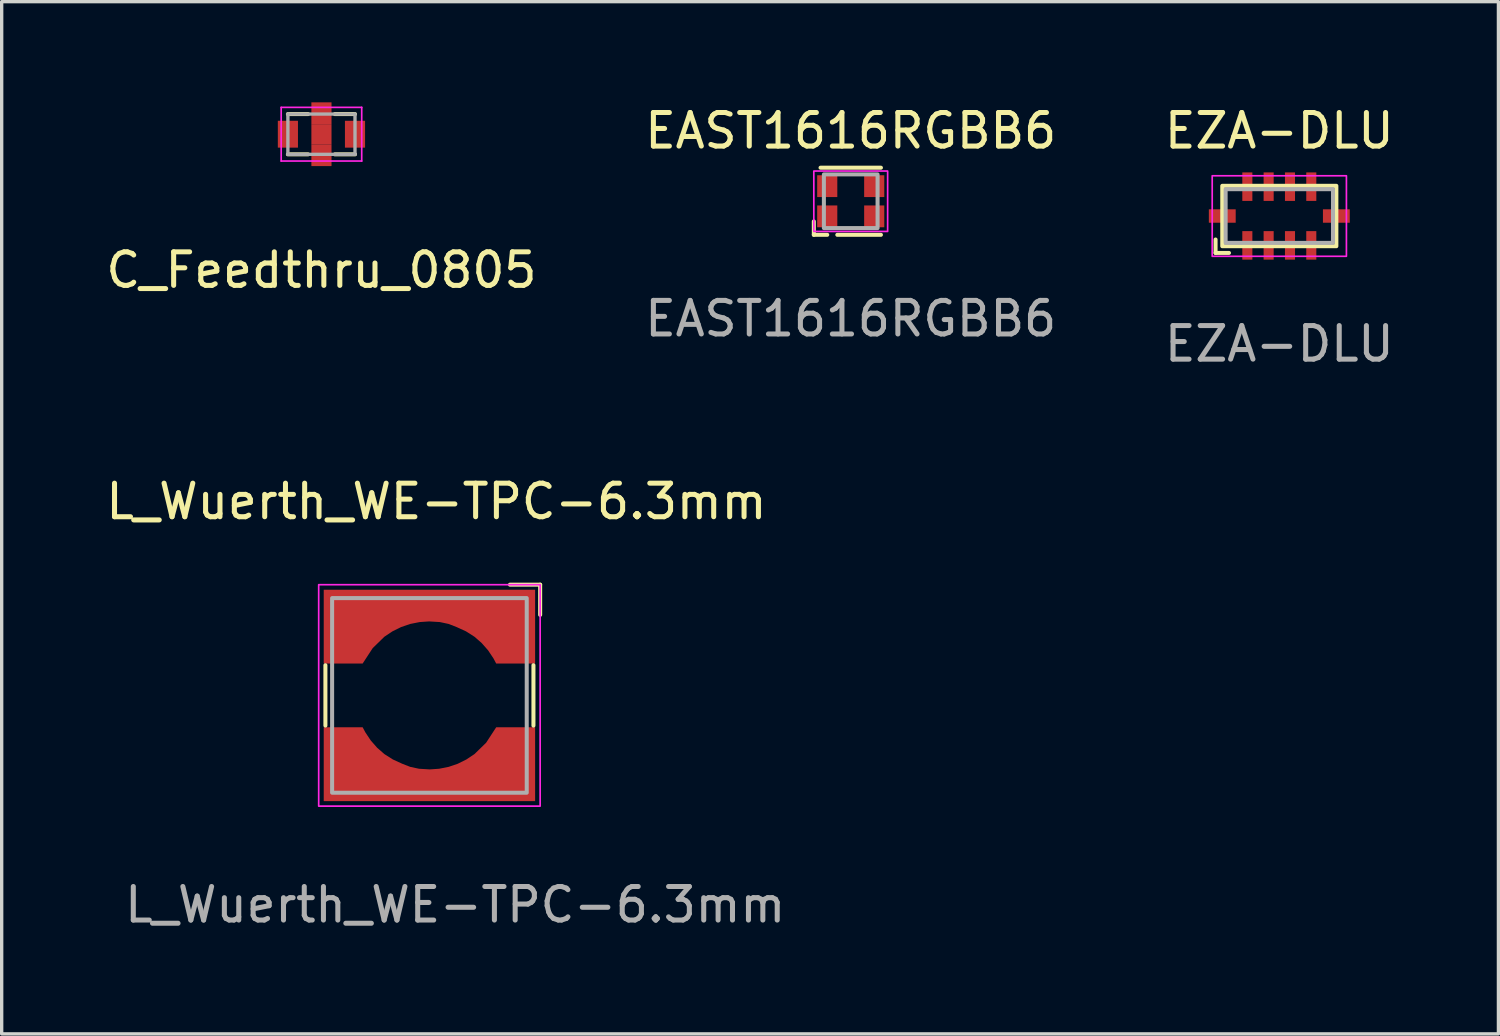
<source format=kicad_pcb>
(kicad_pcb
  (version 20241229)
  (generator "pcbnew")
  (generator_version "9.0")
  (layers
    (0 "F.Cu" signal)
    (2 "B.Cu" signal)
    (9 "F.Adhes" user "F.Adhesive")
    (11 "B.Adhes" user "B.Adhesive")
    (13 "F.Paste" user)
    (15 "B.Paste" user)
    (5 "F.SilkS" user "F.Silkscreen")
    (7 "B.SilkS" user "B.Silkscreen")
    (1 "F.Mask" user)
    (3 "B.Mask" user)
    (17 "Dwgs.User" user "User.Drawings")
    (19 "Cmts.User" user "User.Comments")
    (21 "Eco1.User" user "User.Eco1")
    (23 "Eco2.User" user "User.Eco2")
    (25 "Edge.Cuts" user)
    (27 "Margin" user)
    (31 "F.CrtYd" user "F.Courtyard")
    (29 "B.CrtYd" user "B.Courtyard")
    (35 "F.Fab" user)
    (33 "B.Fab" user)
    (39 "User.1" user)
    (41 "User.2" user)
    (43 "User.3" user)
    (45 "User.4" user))
  (footprint "C_Feedthru_0805"
    (layer "F.Cu")
    (at 6.53 0.95)
    (property "Reference" "C_Feedthru_0805" (at 0 4.05 0) (layer "F.SilkS") (effects (font (size 1 1) (thickness 0.15))))
    (attr smd)
    (fp_line (start -1 -0.6) (end -0.4 -0.6) (stroke (width 0.12) (type solid)) (layer "F.SilkS"))
    (fp_line (start -1 0.6) (end -0.4 0.6) (stroke (width 0.12) (type solid)) (layer "F.SilkS"))
    (fp_line (start 0.4 -0.6) (end 1 -0.6) (stroke (width 0.12) (type solid)) (layer "F.SilkS"))
    (fp_line (start 0.4 0.6) (end 1 0.6) (stroke (width 0.12) (type solid)) (layer "F.SilkS"))
    (fp_line (start -1.2 0.8) (end -1.2 -0.8) (stroke (width 0.05) (type solid)) (layer "F.CrtYd"))
    (fp_line (start 1.2 -0.8) (end -1.2 -0.8) (stroke (width 0.05) (type solid)) (layer "F.CrtYd"))
    (fp_line (start 1.2 0.8) (end -1.2 0.8) (stroke (width 0.05) (type solid)) (layer "F.CrtYd"))
    (fp_line (start 1.2 0.8) (end 1.2 -0.8) (stroke (width 0.05) (type solid)) (layer "F.CrtYd"))
    (fp_line (start -1 -0.6) (end -1 0.6) (stroke (width 0.1) (type solid)) (layer "F.Fab"))
    (fp_line (start -1 0.6) (end 1 0.6) (stroke (width 0.1) (type solid)) (layer "F.Fab"))
    (fp_line (start 1 -0.6) (end -1 -0.6) (stroke (width 0.1) (type solid)) (layer "F.Fab"))
    (fp_line (start 1 0.6) (end 1 -0.6) (stroke (width 0.1) (type solid)) (layer "F.Fab"))
    (pad "1" smd rect (at -1 0) (size 0.6 0.8) (layers "F.Cu" "F.Mask" "F.Paste"))
    (pad "2" smd rect (at 0 -0.625) (size 0.6 0.65) (layers "F.Cu" "F.Mask" "F.Paste"))
    (pad "2" smd rect (at 0 0) (size 0.6 0.6) (layers "F.Cu"))
    (pad "2" smd rect (at 0 0.625) (size 0.6 0.65) (layers "F.Cu" "F.Mask" "F.Paste"))
    (pad "3" smd rect (at 1 0) (size 0.6 0.8) (layers "F.Cu" "F.Mask" "F.Paste")))
  (footprint "EAST1616RGBB6"
    (layer "F.Cu")
    (at 22.304 2.948)
    (property "Reference" "EAST1616RGBB6" (at 0 -2.1 0) (unlocked yes) (layer "F.SilkS") (effects (font (size 1 1) (thickness 0.15))))
    (attr smd)
    (fp_line (start -1.1 0.6) (end -1.1 1) (stroke (width 0.12) (type solid)) (layer "F.SilkS"))
    (fp_line (start -1.1 1) (end -0.7 1) (stroke (width 0.12) (type solid)) (layer "F.SilkS"))
    (fp_line (start -0.9 -1) (end 0.9 -1) (stroke (width 0.12) (type solid)) (layer "F.SilkS"))
    (fp_line (start 0.9 1) (end -0.4 1) (stroke (width 0.12) (type solid)) (layer "F.SilkS"))
    (fp_rect (start -1.1 -0.9) (end 1.1 0.9) (stroke (width 0.05) (type solid)) (fill no) (layer "F.CrtYd"))
    (fp_rect (start -0.8 -0.8) (end 0.8 0.8) (stroke (width 0.12) (type solid)) (fill no) (layer "F.Fab"))
    (fp_text user "${REFERENCE}" (at 0 3.5 0) (unlocked yes) (layer "F.Fab") (effects (font (size 1 1) (thickness 0.15))))
    (pad "1" smd rect (at -0.7 0.45) (size 0.6 0.65) (layers "F.Cu" "F.Mask" "F.Paste"))
    (pad "2" smd rect (at 0.7 0.45) (size 0.6 0.65) (layers "F.Cu" "F.Mask" "F.Paste"))
    (pad "3" smd rect (at -0.7 -0.45) (size 0.6 0.65) (layers "F.Cu" "F.Mask" "F.Paste"))
    (pad "4" smd rect (at 0.7 -0.45) (size 0.6 0.65) (layers "F.Cu" "F.Mask" "F.Paste")))
  (footprint "EZA-DLU"
    (layer "F.Cu")
    (at 35.077 3.388)
    (property "Reference" "EZA-DLU" (at 0 -2.54 0) (unlocked yes) (layer "F.SilkS") (effects (font (size 1 1) (thickness 0.15))))
    (attr smd)
    (fp_line (start -1.9 0.7) (end -1.9 1.1) (stroke (width 0.12) (type solid)) (layer "F.SilkS"))
    (fp_line (start -1.9 1.1) (end -1.5 1.1) (stroke (width 0.12) (type solid)) (layer "F.SilkS"))
    (fp_rect (start -1.7 -0.9) (end 1.7 0.9) (stroke (width 0.12) (type solid)) (fill no) (layer "F.SilkS"))
    (fp_rect (start -2 -1.2) (end 2 1.2) (stroke (width 0.05) (type solid)) (fill no) (layer "F.CrtYd"))
    (fp_rect (start -1.6 -0.8) (end 1.6 0.8) (stroke (width 0.12) (type solid)) (fill no) (layer "F.Fab"))
    (fp_text user "${REFERENCE}" (at 0 3.81 0) (unlocked yes) (layer "F.Fab") (effects (font (size 1 1) (thickness 0.15))))
    (pad "1" smd rect (at -1.7 0) (size 0.8 0.4) (layers "F.Cu" "F.Mask" "F.Paste"))
    (pad "2" smd rect (at -0.953 0.875) (size 0.3 0.85) (layers "F.Cu" "F.Mask" "F.Paste"))
    (pad "3" smd rect (at -0.318 0.875) (size 0.3 0.85) (layers "F.Cu" "F.Mask" "F.Paste"))
    (pad "4" smd rect (at 0.318 0.875) (size 0.3 0.85) (layers "F.Cu" "F.Mask" "F.Paste"))
    (pad "5" smd rect (at 0.953 0.875) (size 0.3 0.85) (layers "F.Cu" "F.Mask" "F.Paste"))
    (pad "6" smd rect (at 1.7 0) (size 0.8 0.4) (layers "F.Cu" "F.Mask" "F.Paste"))
    (pad "7" smd rect (at 0.953 -0.875) (size 0.3 0.85) (layers "F.Cu" "F.Mask" "F.Paste"))
    (pad "8" smd rect (at 0.318 -0.875) (size 0.3 0.85) (layers "F.Cu" "F.Mask" "F.Paste"))
    (pad "9" smd rect (at -0.318 -0.875) (size 0.3 0.85) (layers "F.Cu" "F.Mask" "F.Paste"))
    (pad "10" smd rect (at -0.953 -0.875) (size 0.3 0.85) (layers "F.Cu" "F.Mask" "F.Paste")))
  (footprint "L_Wuerth_WE-TPC-6.3mm"
    (layer "F.Cu")
    (at 9.748 17.675)
    (property "Reference" "L_Wuerth_WE-TPC-6.3mm" (at 0.21 -5.78 0) (layer "F.SilkS") (effects (font (size 1 1) (thickness 0.15))))
    (attr smd)
    (fp_line (start -3.1 -0.9) (end -3.1 0.9) (stroke (width 0.12) (type solid)) (layer "F.SilkS"))
    (fp_line (start 2.4 -3.3) (end 3.3 -3.3) (stroke (width 0.12) (type solid)) (layer "F.SilkS"))
    (fp_line (start 3.1 -0.9) (end 3.1 0.9) (stroke (width 0.12) (type solid)) (layer "F.SilkS"))
    (fp_line (start 3.3 -3.3) (end 3.3 -2.4) (stroke (width 0.12) (type solid)) (layer "F.SilkS"))
    (fp_rect (start 3.3 -3.3) (end -3.3 3.3) (stroke (width 0.05) (type solid)) (fill no) (layer "F.CrtYd"))
    (fp_rect (start -2.9 -2.9) (end 2.9 2.9) (stroke (width 0.12) (type solid)) (fill no) (layer "F.Fab"))
    (fp_text user "${REFERENCE}" (at 0.77 6.24 0) (layer "F.Fab") (effects (font (size 1 1) (thickness 0.15))))
    (pad "1" smd custom (at 0 -2.7) (size 0.5 0.5) (layers "F.Cu" "F.Mask" "F.Paste") (options (anchor circle)) (primitives (gr_poly (pts (xy 3.15 1.75) (xy 1.99 1.75) (xy 1.909 1.598) (xy 1.749 1.358) (xy 1.559 1.141) (xy 1.342 0.951) (xy 1.09 0.791) (xy 0.81 0.663) (xy 0.571 0.57) (xy 0.31 0.514) (xy -0.01 0.495) (xy -0.288 0.514) (xy -0.571 0.57) (xy -0.844 0.663) (xy -1.102 0.791) (xy -1.342 0.951) (xy -1.69 1.29) (xy -1.99 1.75) (xy -3.15 1.75) (xy -3.15 -0.45) (xy 3.15 -0.45)) (width 0) (fill yes))))
    (pad "2" smd custom (at 0 2.7) (size 0.5 0.5) (layers "F.Cu" "F.Mask" "F.Paste") (options (anchor circle)) (primitives (gr_poly (pts (xy -3.15 -1.75) (xy -1.99 -1.75) (xy -1.909 -1.598) (xy -1.749 -1.358) (xy -1.559 -1.141) (xy -1.342 -0.951) (xy -1.09 -0.791) (xy -0.81 -0.663) (xy -0.571 -0.57) (xy -0.31 -0.514) (xy 0.01 -0.495) (xy 0.288 -0.514) (xy 0.571 -0.57) (xy 0.844 -0.663) (xy 1.102 -0.791) (xy 1.342 -0.951) (xy 1.69 -1.29) (xy 1.99 -1.75) (xy 3.15 -1.75) (xy 3.15 0.45) (xy -3.15 0.45)) (width 0) (fill yes)))))
  (gr_rect
    (start -3 -3)
    (end 41.607 27.763)
    (stroke (width 0.1) (type default))
    (fill no)
    (layer "Edge.Cuts")))
</source>
